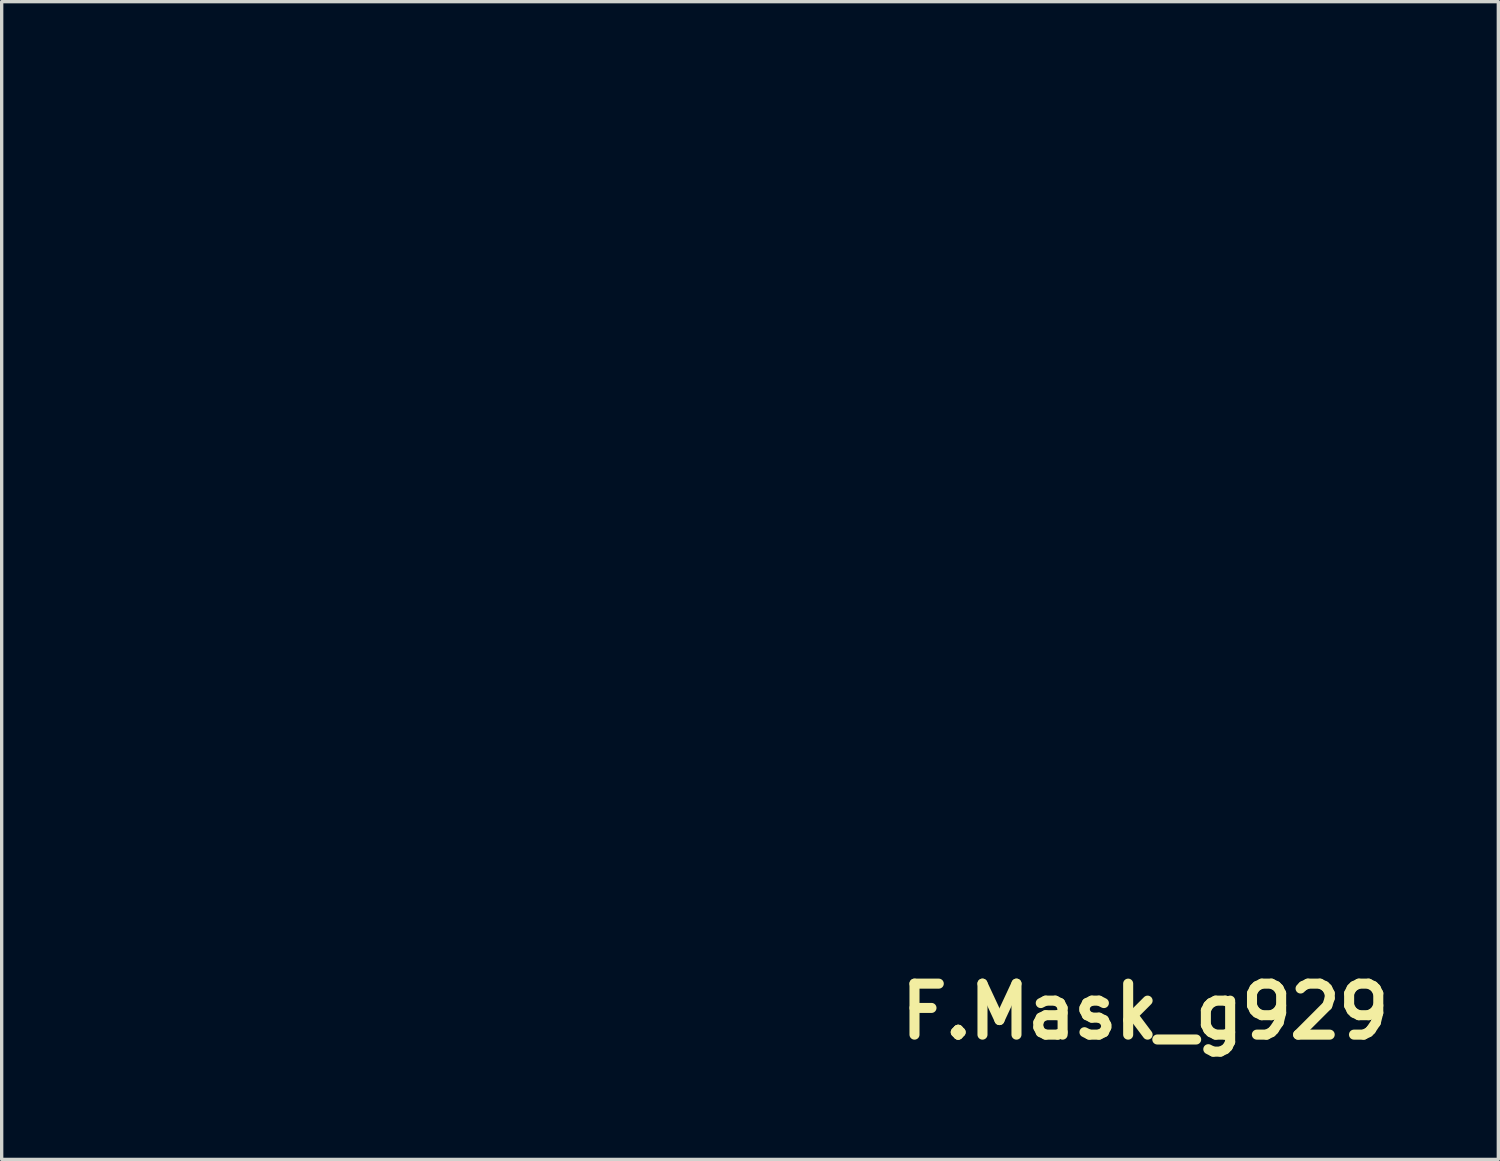
<source format=kicad_pcb>
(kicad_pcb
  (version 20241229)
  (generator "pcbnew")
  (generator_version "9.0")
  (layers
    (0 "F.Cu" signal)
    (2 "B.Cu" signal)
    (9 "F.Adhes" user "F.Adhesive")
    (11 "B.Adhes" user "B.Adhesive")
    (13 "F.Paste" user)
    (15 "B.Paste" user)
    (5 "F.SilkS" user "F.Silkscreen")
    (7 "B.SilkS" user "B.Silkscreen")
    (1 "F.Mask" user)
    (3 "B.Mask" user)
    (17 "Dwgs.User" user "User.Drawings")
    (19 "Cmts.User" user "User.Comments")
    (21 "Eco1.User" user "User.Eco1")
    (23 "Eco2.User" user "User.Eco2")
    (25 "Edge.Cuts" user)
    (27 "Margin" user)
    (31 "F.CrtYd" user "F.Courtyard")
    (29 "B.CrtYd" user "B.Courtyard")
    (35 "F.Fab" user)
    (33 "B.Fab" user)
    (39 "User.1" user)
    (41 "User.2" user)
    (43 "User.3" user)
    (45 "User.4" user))
  (footprint "F.Mask_g929"
    (layer "F.Cu")
    (at 31.176 27.183)
    (property "Reference" "F.Mask_g929" (at 0 0 0) (layer "F.SilkS") (effects (font (size 1.524 1.524) (thickness 0.3))))
    (attr through_hole)
    (fp_poly (pts (xy -23.638 -17.416) (xy -23.571 -17.404) (xy -23.479 -17.388) (xy -23.371 -17.367) (xy -23.315 -17.356) (xy -23.165 -17.328) (xy -23.04 -17.31) (xy -22.922 -17.299) (xy -22.795 -17.294) (xy -22.701 -17.293) (xy -22.525 -17.291) (xy -22.329 -17.287) (xy -22.12 -17.28) (xy -21.908 -17.271) (xy -21.7 -17.261) (xy -21.506 -17.249) (xy -21.334 -17.237) (xy -21.192 -17.225) (xy -21.141 -17.219) (xy -20.948 -17.195) (xy -20.789 -17.171) (xy -20.651 -17.144) (xy -20.527 -17.112) (xy -20.405 -17.07) (xy -20.277 -17.017) (xy -20.131 -16.95) (xy -20.045 -16.908) (xy -19.835 -16.805) (xy -19.661 -16.715) (xy -19.516 -16.637) (xy -19.399 -16.569) (xy -19.303 -16.507) (xy -19.226 -16.449) (xy -19.162 -16.394) (xy -19.157 -16.389) (xy -19.042 -16.277) (xy -18.869 -16.277) (xy -18.733 -16.274) (xy -18.579 -16.266) (xy -18.42 -16.254) (xy -18.266 -16.239) (xy -18.13 -16.222) (xy -18.021 -16.203) (xy -18.002 -16.199) (xy -17.923 -16.179) (xy -17.818 -16.147) (xy -17.701 -16.11) (xy -17.59 -16.071) (xy -17.506 -16.044) (xy -17.389 -16.008) (xy -17.244 -15.966) (xy -17.078 -15.92) (xy -16.898 -15.871) (xy -16.711 -15.821) (xy -16.552 -15.78) (xy -16.291 -15.713) (xy -16.067 -15.653) (xy -15.875 -15.599) (xy -15.711 -15.549) (xy -15.571 -15.503) (xy -15.451 -15.459) (xy -15.345 -15.415) (xy -15.25 -15.37) (xy -15.219 -15.354) (xy -15.004 -15.223) (xy -14.82 -15.071) (xy -14.67 -14.901) (xy -14.558 -14.717) (xy -14.549 -14.698) (xy -14.472 -14.487) (xy -14.424 -14.25) (xy -14.405 -13.991) (xy -14.415 -13.717) (xy -14.453 -13.431) (xy -14.52 -13.14) (xy -14.564 -12.995) (xy -14.615 -12.854) (xy -14.676 -12.706) (xy -14.744 -12.561) (xy -14.812 -12.428) (xy -14.877 -12.32) (xy -14.91 -12.272) (xy -14.985 -12.19) (xy -15.097 -12.091) (xy -15.243 -11.975) (xy -15.423 -11.845) (xy -15.59 -11.732) (xy -15.793 -11.599) (xy -15.982 -11.484) (xy -16.171 -11.377) (xy -16.374 -11.27) (xy -16.542 -11.187) (xy -16.702 -11.109) (xy -16.834 -11.047) (xy -16.945 -10.999) (xy -17.044 -10.961) (xy -17.141 -10.93) (xy -17.243 -10.905) (xy -17.359 -10.88) (xy -17.498 -10.855) (xy -17.558 -10.844) (xy -17.833 -10.802) (xy -18.083 -10.772) (xy -18.304 -10.757) (xy -18.493 -10.756) (xy -18.646 -10.77) (xy -18.66 -10.772) (xy -18.758 -10.791) (xy -18.842 -10.811) (xy -18.92 -10.836) (xy -18.997 -10.87) (xy -19.078 -10.915) (xy -19.171 -10.974) (xy -19.282 -11.052) (xy -19.416 -11.151) (xy -19.505 -11.218) (xy -19.636 -11.317) (xy -19.765 -11.417) (xy -19.886 -11.511) (xy -19.991 -11.595) (xy -20.075 -11.663) (xy -20.116 -11.698) (xy -20.192 -11.764) (xy -20.263 -11.825) (xy -20.318 -11.872) (xy -20.34 -11.89) (xy -20.397 -11.938) (xy -20.37 -11.806) (xy -20.339 -11.619) (xy -20.317 -11.401) (xy -20.303 -11.163) (xy -20.298 -10.914) (xy -20.302 -10.667) (xy -20.317 -10.43) (xy -20.321 -10.381) (xy -20.358 -10.144) (xy -20.422 -9.892) (xy -20.509 -9.632) (xy -20.616 -9.373) (xy -20.74 -9.125) (xy -20.875 -8.894) (xy -21.018 -8.69) (xy -21.139 -8.548) (xy -21.179 -8.506) (xy -21.212 -8.469) (xy -21.242 -8.438) (xy -21.273 -8.413) (xy -21.308 -8.392) (xy -21.351 -8.376) (xy -21.404 -8.364) (xy -21.472 -8.355) (xy -21.558 -8.35) (xy -21.665 -8.347) (xy -21.797 -8.347) (xy -21.958 -8.348) (xy -22.15 -8.351) (xy -22.377 -8.355) (xy -22.643 -8.359) (xy -22.656 -8.359) (xy -23.918 -8.379) (xy -24.088 -8.534) (xy -24.262 -8.683) (xy -24.42 -8.797) (xy -24.56 -8.878) (xy -24.682 -8.922) (xy -24.758 -8.932) (xy -24.769 -8.932) (xy -24.78 -8.931) (xy -24.793 -8.927) (xy -24.812 -8.917) (xy -24.838 -8.901) (xy -24.874 -8.875) (xy -24.924 -8.838) (xy -24.989 -8.789) (xy -25.073 -8.724) (xy -25.177 -8.643) (xy -25.305 -8.543) (xy -25.459 -8.422) (xy -25.641 -8.278) (xy -25.801 -8.152) (xy -26.015 -7.984) (xy -26.2 -7.84) (xy -26.361 -7.718) (xy -26.499 -7.615) (xy -26.621 -7.529) (xy -26.728 -7.457) (xy -26.825 -7.396) (xy -26.916 -7.343) (xy -27.004 -7.298) (xy -27.094 -7.256) (xy -27.146 -7.232) (xy -27.239 -7.194) (xy -27.324 -7.162) (xy -27.409 -7.135) (xy -27.497 -7.114) (xy -27.594 -7.097) (xy -27.706 -7.083) (xy -27.837 -7.073) (xy -27.994 -7.064) (xy -28.181 -7.057) (xy -28.404 -7.05) (xy -28.459 -7.049) (xy -28.648 -7.044) (xy -28.836 -7.039) (xy -29.015 -7.034) (xy -29.179 -7.03) (xy -29.319 -7.026) (xy -29.43 -7.023) (xy -29.485 -7.021) (xy -29.604 -7.02) (xy -29.724 -7.021) (xy -29.831 -7.026) (xy -29.898 -7.031) (xy -30.035 -7.053) (xy -30.177 -7.086) (xy -30.31 -7.125) (xy -30.419 -7.167) (xy -30.445 -7.179) (xy -30.535 -7.23) (xy -30.633 -7.292) (xy -30.725 -7.357) (xy -30.799 -7.417) (xy -30.829 -7.446) (xy -30.869 -7.5) (xy -30.919 -7.584) (xy -30.973 -7.687) (xy -31.027 -7.797) (xy -31.074 -7.906) (xy -31.111 -8.002) (xy -31.127 -8.054) (xy -31.158 -8.228) (xy -31.171 -8.432) (xy -31.167 -8.655) (xy -31.146 -8.888) (xy -31.109 -9.122) (xy -31.062 -9.326) (xy -30.944 -9.682) (xy -30.789 -10.017) (xy -30.597 -10.333) (xy -30.368 -10.629) (xy -30.102 -10.904) (xy -29.799 -11.159) (xy -29.46 -11.393) (xy -29.084 -11.607) (xy -28.811 -11.739) (xy -28.725 -11.775) (xy -28.605 -11.824) (xy -28.455 -11.883) (xy -28.281 -11.951) (xy -28.088 -12.025) (xy -27.88 -12.103) (xy -27.663 -12.185) (xy -27.443 -12.266) (xy -27.224 -12.347) (xy -27.012 -12.424) (xy -26.811 -12.496) (xy -26.627 -12.561) (xy -26.466 -12.617) (xy -26.357 -12.654) (xy -26.214 -12.7) (xy -26.064 -12.746) (xy -25.919 -12.788) (xy -25.792 -12.822) (xy -25.719 -12.841) (xy -25.467 -12.899) (xy -25.619 -13.061) (xy -25.799 -13.271) (xy -25.977 -13.514) (xy -26.151 -13.782) (xy -26.313 -14.066) (xy -26.46 -14.357) (xy -26.586 -14.646) (xy -26.687 -14.924) (xy -26.732 -15.073) (xy -26.785 -15.317) (xy -26.809 -15.539) (xy -26.804 -15.739) (xy -26.771 -15.914) (xy -26.709 -16.062) (xy -26.621 -16.182) (xy -26.505 -16.272) (xy -26.437 -16.305) (xy -26.361 -16.339) (xy -26.286 -16.375) (xy -26.268 -16.385) (xy -26.095 -16.477) (xy -25.933 -16.556) (xy -25.771 -16.626) (xy -25.604 -16.689) (xy -25.423 -16.748) (xy -25.221 -16.805) (xy -24.988 -16.864) (xy -24.828 -16.901) (xy -24.665 -16.94) (xy -24.535 -16.973) (xy -24.432 -17.003) (xy -24.348 -17.033) (xy -24.276 -17.066) (xy -24.208 -17.105) (xy -24.138 -17.153) (xy -24.07 -17.202) (xy -23.958 -17.281) (xy -23.853 -17.346) (xy -23.763 -17.393) (xy -23.694 -17.417) (xy -23.672 -17.42) (xy -23.638 -17.416)) (stroke (width 0.01) (type solid)) (fill yes) (layer "F.Mask"))
    (fp_poly (pts (xy -26.624 -27.166) (xy -26.573 -27.133) (xy -26.499 -27.082) (xy -26.405 -27.016) (xy -26.298 -26.94) (xy -26.245 -26.901) (xy -26.132 -26.821) (xy -26.031 -26.748) (xy -25.945 -26.688) (xy -25.88 -26.643) (xy -25.842 -26.618) (xy -25.835 -26.614) (xy -25.809 -26.624) (xy -25.794 -26.658) (xy -25.758 -26.728) (xy -25.692 -26.797) (xy -25.607 -26.856) (xy -25.522 -26.892) (xy -25.447 -26.908) (xy -25.333 -26.923) (xy -25.181 -26.935) (xy -24.995 -26.947) (xy -24.776 -26.956) (xy -24.529 -26.964) (xy -24.254 -26.969) (xy -23.977 -26.972) (xy -23.355 -26.977) (xy -23.269 -26.92) (xy -23.202 -26.86) (xy -23.144 -26.78) (xy -23.105 -26.696) (xy -23.093 -26.632) (xy -23.088 -26.602) (xy -23.065 -26.595) (xy -23.024 -26.602) (xy -22.978 -26.607) (xy -22.9 -26.612) (xy -22.799 -26.615) (xy -22.685 -26.617) (xy -22.654 -26.617) (xy -22.352 -26.617) (xy -22.352 -26.67) (xy -22.333 -26.791) (xy -22.28 -26.902) (xy -22.2 -26.994) (xy -22.099 -27.057) (xy -22.055 -27.072) (xy -22.01 -27.078) (xy -21.927 -27.082) (xy -21.814 -27.084) (xy -21.674 -27.084) (xy -21.515 -27.083) (xy -21.341 -27.08) (xy -21.158 -27.076) (xy -20.972 -27.07) (xy -20.788 -27.064) (xy -20.612 -27.057) (xy -20.449 -27.05) (xy -20.305 -27.041) (xy -20.185 -27.033) (xy -20.096 -27.024) (xy -20.059 -27.018) (xy -19.909 -26.982) (xy -19.795 -26.93) (xy -19.712 -26.861) (xy -19.664 -26.787) (xy -19.635 -26.732) (xy -19.613 -26.697) (xy -19.606 -26.691) (xy -19.584 -26.701) (xy -19.531 -26.728) (xy -19.452 -26.77) (xy -19.352 -26.824) (xy -19.236 -26.887) (xy -19.167 -26.924) (xy -19.045 -26.991) (xy -18.934 -27.05) (xy -18.84 -27.099) (xy -18.77 -27.134) (xy -18.728 -27.154) (xy -18.72 -27.157) (xy -18.697 -27.14) (xy -18.67 -27.097) (xy -18.665 -27.088) (xy -18.632 -27.019) (xy -19.097 -26.765) (xy -19.225 -26.695) (xy -19.341 -26.631) (xy -19.441 -26.577) (xy -19.517 -26.534) (xy -19.566 -26.507) (xy -19.582 -26.499) (xy -19.59 -26.474) (xy -19.598 -26.415) (xy -19.607 -26.327) (xy -19.615 -26.218) (xy -19.621 -26.116) (xy -19.63 -25.957) (xy -19.641 -25.833) (xy -19.656 -25.738) (xy -19.676 -25.664) (xy -19.703 -25.604) (xy -19.74 -25.551) (xy -19.786 -25.5) (xy -19.842 -25.453) (xy -19.918 -25.408) (xy -20.022 -25.36) (xy -20.082 -25.336) (xy -20.301 -25.252) (xy -21.08 -25.281) (xy -21.858 -25.311) (xy -21.986 -25.376) (xy -22.067 -25.425) (xy -22.144 -25.484) (xy -22.189 -25.528) (xy -22.253 -25.629) (xy -22.305 -25.767) (xy -22.344 -25.937) (xy -22.368 -26.134) (xy -22.37 -26.17) (xy -22.201 -26.17) (xy -22.196 -26.083) (xy -22.186 -26.003) (xy -22.172 -25.937) (xy -22.138 -25.804) (xy -22.099 -25.705) (xy -22.048 -25.631) (xy -21.981 -25.572) (xy -21.931 -25.542) (xy -21.818 -25.478) (xy -21.169 -25.452) (xy -21.003 -25.446) (xy -20.847 -25.44) (xy -20.707 -25.435) (xy -20.589 -25.43) (xy -20.499 -25.427) (xy -20.443 -25.425) (xy -20.433 -25.424) (xy -20.359 -25.432) (xy -20.259 -25.457) (xy -20.168 -25.488) (xy -20.061 -25.53) (xy -19.978 -25.569) (xy -19.915 -25.612) (xy -19.869 -25.664) (xy -19.838 -25.731) (xy -19.817 -25.82) (xy -19.803 -25.936) (xy -19.793 -26.085) (xy -19.789 -26.171) (xy -19.782 -26.353) (xy -19.782 -26.498) (xy -19.792 -26.61) (xy -19.813 -26.694) (xy -19.849 -26.756) (xy -19.902 -26.799) (xy -19.974 -26.828) (xy -20.068 -26.848) (xy -20.135 -26.858) (xy -20.199 -26.864) (xy -20.297 -26.871) (xy -20.421 -26.878) (xy -20.567 -26.884) (xy -20.729 -26.891) (xy -20.901 -26.897) (xy -21.077 -26.903) (xy -21.253 -26.908) (xy -21.422 -26.912) (xy -21.579 -26.915) (xy -21.718 -26.916) (xy -21.834 -26.917) (xy -21.92 -26.916) (xy -21.972 -26.913) (xy -21.982 -26.912) (xy -22.079 -26.873) (xy -22.141 -26.812) (xy -22.159 -26.773) (xy -22.168 -26.729) (xy -22.178 -26.653) (xy -22.187 -26.553) (xy -22.194 -26.441) (xy -22.196 -26.409) (xy -22.201 -26.274) (xy -22.201 -26.17) (xy -22.37 -26.17) (xy -22.371 -26.193) (xy -22.377 -26.295) (xy -22.383 -26.362) (xy -22.391 -26.402) (xy -22.404 -26.424) (xy -22.423 -26.435) (xy -22.437 -26.439) (xy -22.499 -26.449) (xy -22.589 -26.455) (xy -22.696 -26.456) (xy -22.804 -26.452) (xy -22.9 -26.445) (xy -22.965 -26.435) (xy -23.072 -26.412) (xy -23.072 -26.17) (xy -23.081 -25.962) (xy -23.107 -25.771) (xy -23.15 -25.608) (xy -23.17 -25.555) (xy -23.234 -25.449) (xy -23.33 -25.353) (xy -23.447 -25.277) (xy -23.469 -25.266) (xy -23.507 -25.25) (xy -23.544 -25.237) (xy -23.584 -25.226) (xy -23.635 -25.218) (xy -23.701 -25.212) (xy -23.788 -25.206) (xy -23.902 -25.2) (xy -24.048 -25.194) (xy -24.184 -25.189) (xy -24.349 -25.183) (xy -24.51 -25.177) (xy -24.659 -25.171) (xy -24.789 -25.166) (xy -24.891 -25.162) (xy -24.956 -25.159) (xy -25.046 -25.157) (xy -25.116 -25.16) (xy -25.183 -25.174) (xy -25.261 -25.199) (xy -25.326 -25.222) (xy -25.463 -25.278) (xy -25.567 -25.332) (xy -25.644 -25.39) (xy -25.702 -25.456) (xy -25.744 -25.528) (xy -25.766 -25.573) (xy -25.782 -25.615) (xy -25.793 -25.663) (xy -25.802 -25.725) (xy -25.808 -25.807) (xy -25.815 -25.918) (xy -25.819 -26.019) (xy -25.825 -26.14) (xy -25.831 -26.245) (xy -25.832 -26.257) (xy -25.657 -26.257) (xy -25.652 -26.042) (xy -25.643 -25.869) (xy -25.629 -25.737) (xy -25.611 -25.646) (xy -25.61 -25.642) (xy -25.572 -25.567) (xy -25.504 -25.502) (xy -25.402 -25.442) (xy -25.285 -25.393) (xy -25.183 -25.358) (xy -25.103 -25.338) (xy -25.029 -25.33) (xy -24.959 -25.331) (xy -24.9 -25.333) (xy -24.806 -25.336) (xy -24.684 -25.341) (xy -24.542 -25.346) (xy -24.385 -25.352) (xy -24.225 -25.357) (xy -24.051 -25.364) (xy -23.914 -25.369) (xy -23.808 -25.374) (xy -23.728 -25.38) (xy -23.668 -25.387) (xy -23.623 -25.395) (xy -23.587 -25.406) (xy -23.554 -25.419) (xy -23.519 -25.436) (xy -23.516 -25.438) (xy -23.427 -25.498) (xy -23.357 -25.581) (xy -23.304 -25.691) (xy -23.268 -25.829) (xy -23.249 -26) (xy -23.244 -26.206) (xy -23.246 -26.312) (xy -23.253 -26.458) (xy -23.264 -26.569) (xy -23.28 -26.65) (xy -23.304 -26.709) (xy -23.338 -26.751) (xy -23.383 -26.783) (xy -23.395 -26.79) (xy -23.414 -26.798) (xy -23.438 -26.805) (xy -23.47 -26.81) (xy -23.515 -26.814) (xy -23.576 -26.816) (xy -23.658 -26.816) (xy -23.765 -26.814) (xy -23.9 -26.812) (xy -24.069 -26.807) (xy -24.274 -26.801) (xy -24.352 -26.799) (xy -24.547 -26.793) (xy -24.733 -26.786) (xy -24.904 -26.779) (xy -25.056 -26.772) (xy -25.183 -26.765) (xy -25.28 -26.759) (xy -25.343 -26.753) (xy -25.357 -26.751) (xy -25.461 -26.727) (xy -25.539 -26.697) (xy -25.593 -26.653) (xy -25.629 -26.59) (xy -25.649 -26.501) (xy -25.657 -26.382) (xy -25.657 -26.257) (xy -25.832 -26.257) (xy -25.837 -26.329) (xy -25.842 -26.383) (xy -25.845 -26.401) (xy -25.864 -26.415) (xy -25.913 -26.45) (xy -25.987 -26.503) (xy -26.082 -26.571) (xy -26.191 -26.65) (xy -26.294 -26.723) (xy -26.413 -26.809) (xy -26.52 -26.888) (xy -26.61 -26.955) (xy -26.679 -27.008) (xy -26.721 -27.043) (xy -26.733 -27.056) (xy -26.722 -27.089) (xy -26.695 -27.131) (xy -26.665 -27.166) (xy -26.646 -27.178) (xy -26.624 -27.166)) (stroke (width 0.01) (type solid)) (fill yes) (layer "F.Mask")))
  (gr_rect
    (start -3 -3)
    (end 41.731 31.601)
    (stroke (width 0.1) (type default))
    (fill no)
    (layer "Edge.Cuts")))
</source>
